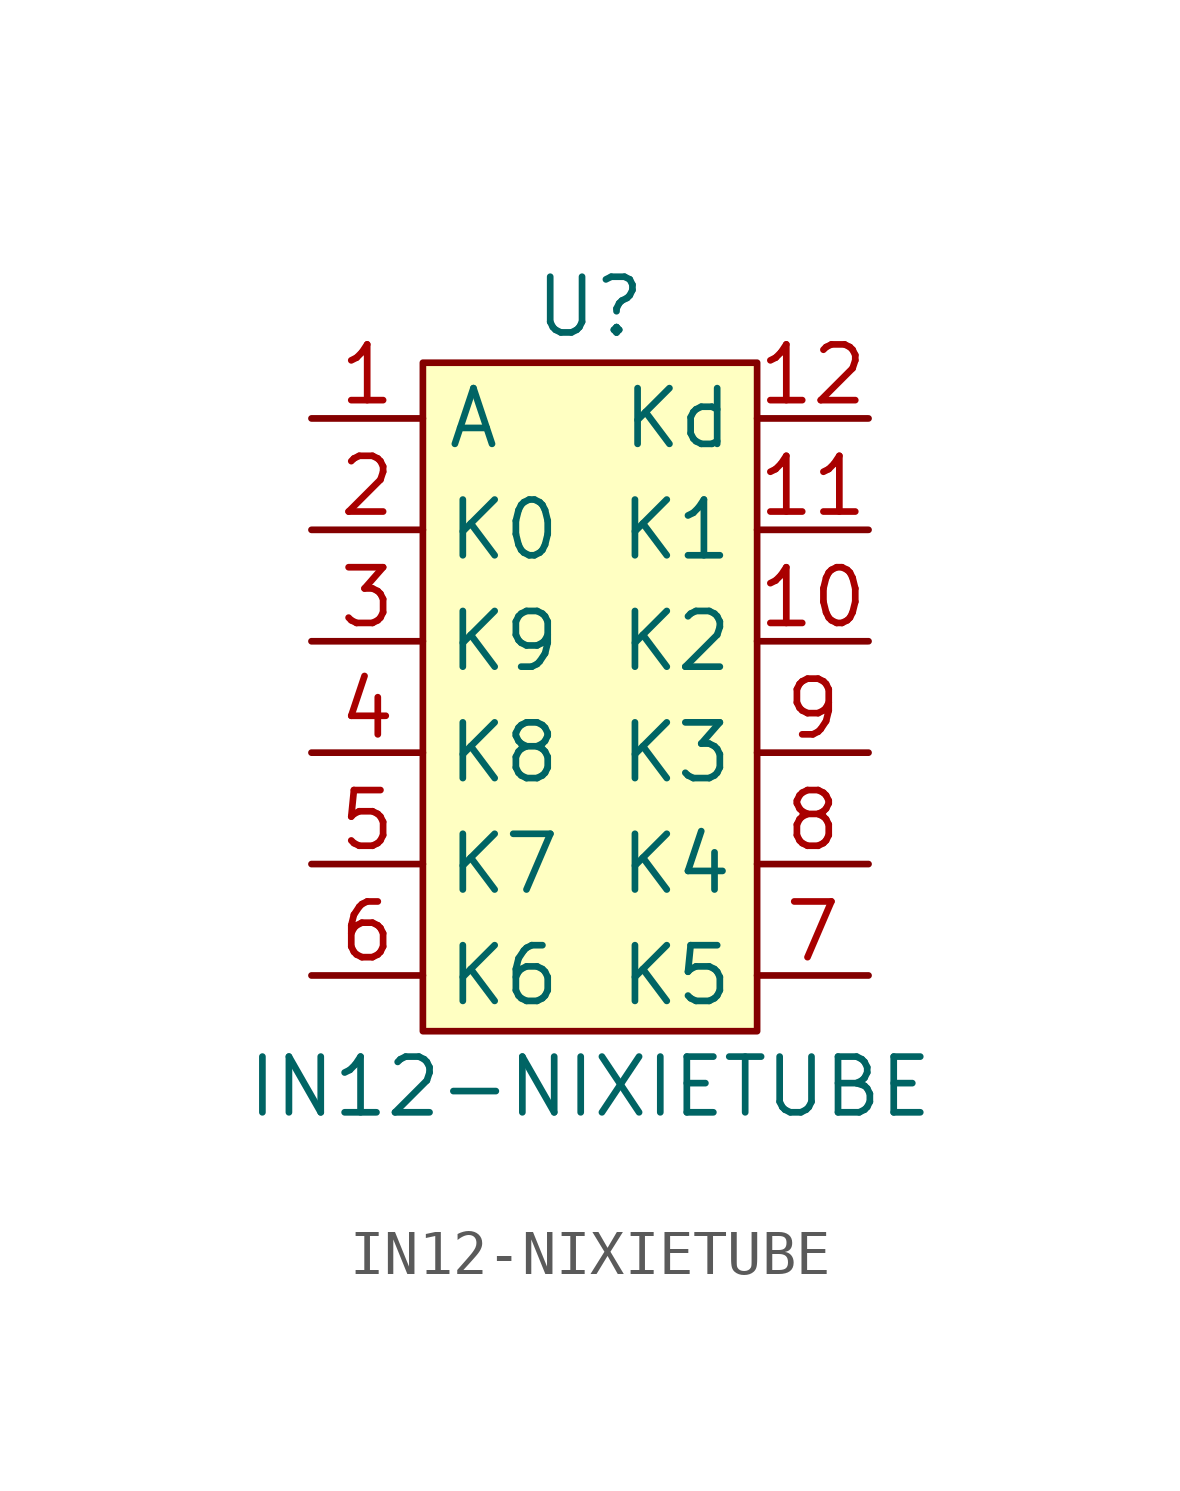
<source format=kicad_sym>
(kicad_symbol_lib
  (version 20211014)
  (generator kicad_symbol_editor)
  (symbol "IN12-NIXIETUBE"
    (property "Reference" "U"
      (at 0 7.62 0)
      (effects (font (size 1.27 1.27))))
    (property "Value" "IN12-NIXIETUBE"
      (at 0 -10.16 0)
      (effects (font (size 1.27 1.27))))
    (symbol "IN12-NIXIETUBE_0_1"
      (rectangle (start -3.81 6.35) (end 3.81 -8.89) (stroke (width 0.152) (type default) (color 0 0 0 0)) (fill (type background))))
    (symbol "IN12-NIXIETUBE_1_1"
      (pin input line (at -6.35 5.08 0) (length 2.54) (name "A" (effects (font (size 1.27 1.27)))) (number "1" (effects (font (size 1.27 1.27)))))
      (pin input line (at 6.35 0 180) (length 2.54) (name "K2" (effects (font (size 1.27 1.27)))) (number "10" (effects (font (size 1.27 1.27)))))
      (pin input line (at 6.35 2.54 180) (length 2.54) (name "K1" (effects (font (size 1.27 1.27)))) (number "11" (effects (font (size 1.27 1.27)))))
      (pin input line (at 6.35 5.08 180) (length 2.54) (name "Kd" (effects (font (size 1.27 1.27)))) (number "12" (effects (font (size 1.27 1.27)))))
      (pin input line (at -6.35 2.54 0) (length 2.54) (name "K0" (effects (font (size 1.27 1.27)))) (number "2" (effects (font (size 1.27 1.27)))))
      (pin input line (at -6.35 0 0) (length 2.54) (name "K9" (effects (font (size 1.27 1.27)))) (number "3" (effects (font (size 1.27 1.27)))))
      (pin input line (at -6.35 -2.54 0) (length 2.54) (name "K8" (effects (font (size 1.27 1.27)))) (number "4" (effects (font (size 1.27 1.27)))))
      (pin input line (at -6.35 -5.08 0) (length 2.54) (name "K7" (effects (font (size 1.27 1.27)))) (number "5" (effects (font (size 1.27 1.27)))))
      (pin input line (at -6.35 -7.62 0) (length 2.54) (name "K6" (effects (font (size 1.27 1.27)))) (number "6" (effects (font (size 1.27 1.27)))))
      (pin input line (at 6.35 -7.62 180) (length 2.54) (name "K5" (effects (font (size 1.27 1.27)))) (number "7" (effects (font (size 1.27 1.27)))))
      (pin input line (at 6.35 -5.08 180) (length 2.54) (name "K4" (effects (font (size 1.27 1.27)))) (number "8" (effects (font (size 1.27 1.27)))))
      (pin input line (at 6.35 -2.54 180) (length 2.54) (name "K3" (effects (font (size 1.27 1.27)))) (number "9" (effects (font (size 1.27 1.27))))))))
</source>
